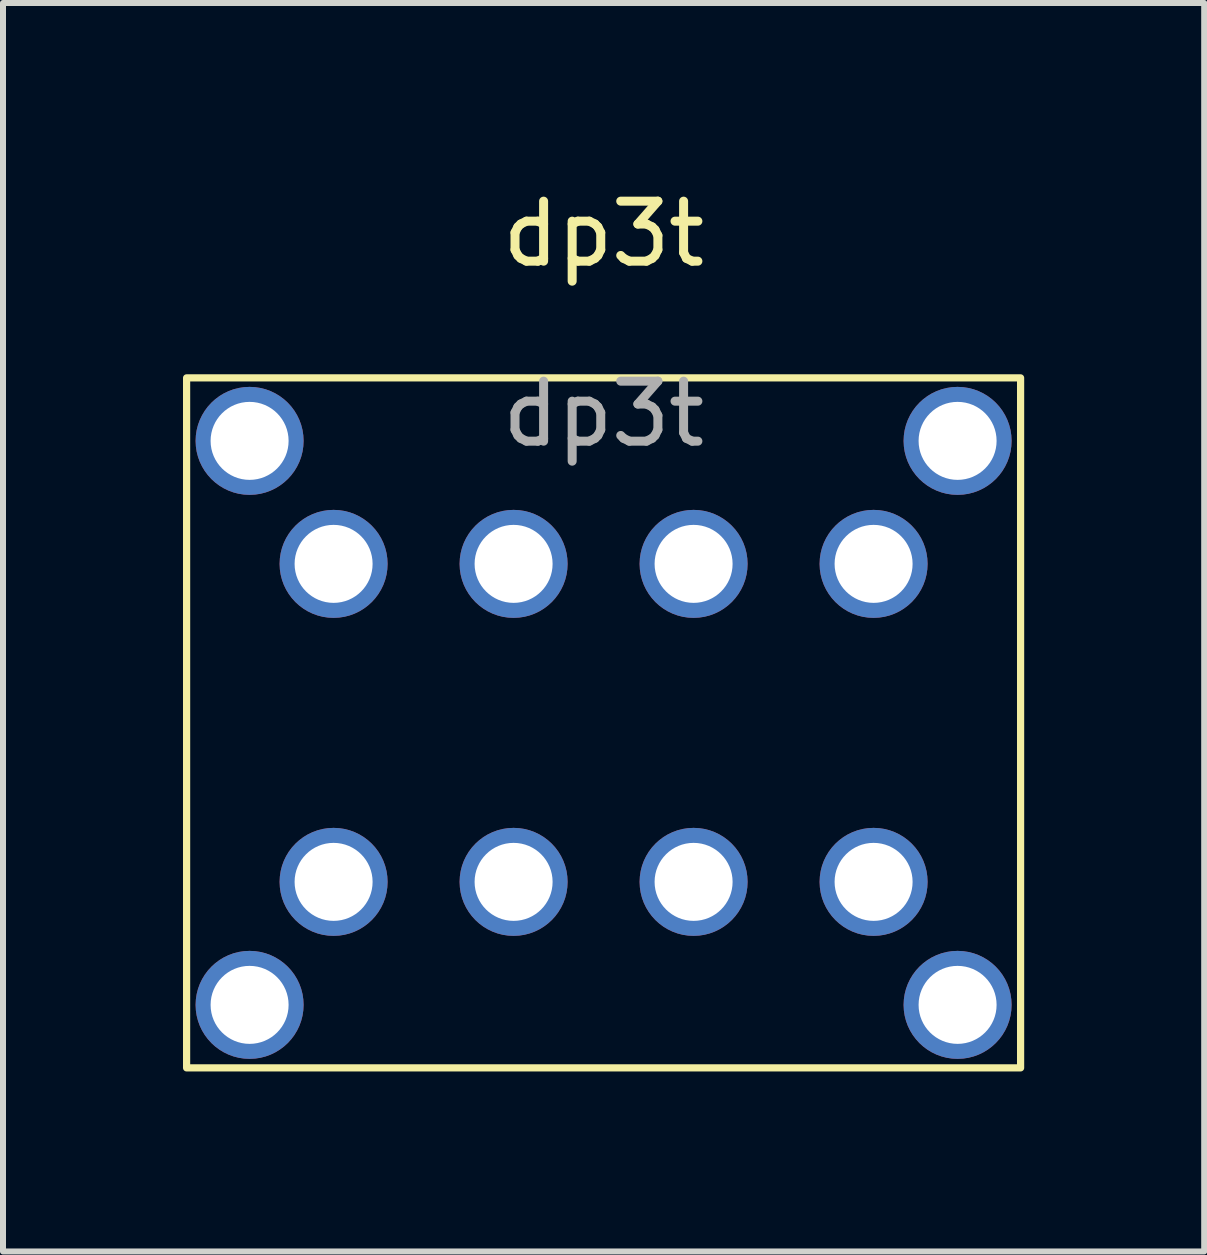
<source format=kicad_pcb>
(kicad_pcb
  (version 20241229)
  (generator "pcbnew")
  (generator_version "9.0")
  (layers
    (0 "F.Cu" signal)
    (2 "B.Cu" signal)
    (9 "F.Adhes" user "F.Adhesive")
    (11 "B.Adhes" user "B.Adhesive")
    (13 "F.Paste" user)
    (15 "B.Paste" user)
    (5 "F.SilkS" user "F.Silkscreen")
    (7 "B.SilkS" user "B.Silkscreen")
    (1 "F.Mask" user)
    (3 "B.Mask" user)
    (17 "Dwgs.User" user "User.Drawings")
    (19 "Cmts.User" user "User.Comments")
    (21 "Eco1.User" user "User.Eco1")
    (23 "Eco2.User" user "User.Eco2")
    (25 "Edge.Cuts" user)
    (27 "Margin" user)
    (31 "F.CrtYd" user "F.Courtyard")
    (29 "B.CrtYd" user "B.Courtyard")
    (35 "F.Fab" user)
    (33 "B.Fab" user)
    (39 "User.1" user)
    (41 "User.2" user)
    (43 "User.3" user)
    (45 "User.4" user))
  (footprint "dp3t"
    (layer "F.Cu")
    (at 7.01 1.348)
    (property "Reference" "dp3t" (at 0 -0.5 0) (unlocked yes) (layer "F.SilkS") (effects (font (size 1 1) (thickness 0.15))))
    (attr through_hole)
    (fp_rect (start -6.95 1.9) (end 6.95 13.4) (stroke (width 0.12) (type solid)) (fill no) (layer "F.SilkS"))
    (fp_text user "${REFERENCE}" (at 0 2.5 0) (unlocked yes) (layer "F.Fab") (effects (font (size 1 1) (thickness 0.15))))
    (pad "1" thru_hole circle (at -4.5 5) (size 1.8 1.8) (drill 1.3) (layers "*.Cu" "*.Mask"))
    (pad "1" thru_hole circle (at -4.5 10.3) (size 1.8 1.8) (drill 1.3) (layers "*.Cu" "*.Mask"))
    (pad "2" thru_hole circle (at -5.9 2.95) (size 1.8 1.8) (drill 1.3) (layers "*.Cu" "*.Mask"))
    (pad "2" thru_hole circle (at -5.9 12.35) (size 1.8 1.8) (drill 1.3) (layers "*.Cu" "*.Mask"))
    (pad "2" thru_hole circle (at -1.5 5) (size 1.8 1.8) (drill 1.3) (layers "*.Cu" "*.Mask"))
    (pad "2" thru_hole circle (at -1.5 10.3) (size 1.8 1.8) (drill 1.3) (layers "*.Cu" "*.Mask"))
    (pad "2" thru_hole circle (at 1.5 5) (size 1.8 1.8) (drill 1.3) (layers "*.Cu" "*.Mask"))
    (pad "2" thru_hole circle (at 1.5 10.3) (size 1.8 1.8) (drill 1.3) (layers "*.Cu" "*.Mask"))
    (pad "2" thru_hole circle (at 5.9 2.95) (size 1.8 1.8) (drill 1.3) (layers "*.Cu" "*.Mask"))
    (pad "2" thru_hole circle (at 5.9 12.35) (size 1.8 1.8) (drill 1.3) (layers "*.Cu" "*.Mask"))
    (pad "3" thru_hole circle (at 4.5 5) (size 1.8 1.8) (drill 1.3) (layers "*.Cu" "*.Mask"))
    (pad "3" thru_hole circle (at 4.5 10.3) (size 1.8 1.8) (drill 1.3) (layers "*.Cu" "*.Mask")))
  (gr_rect
    (start -3 -3)
    (end 17.02 17.808)
    (stroke (width 0.1) (type default))
    (fill no)
    (layer "Edge.Cuts")))
</source>
